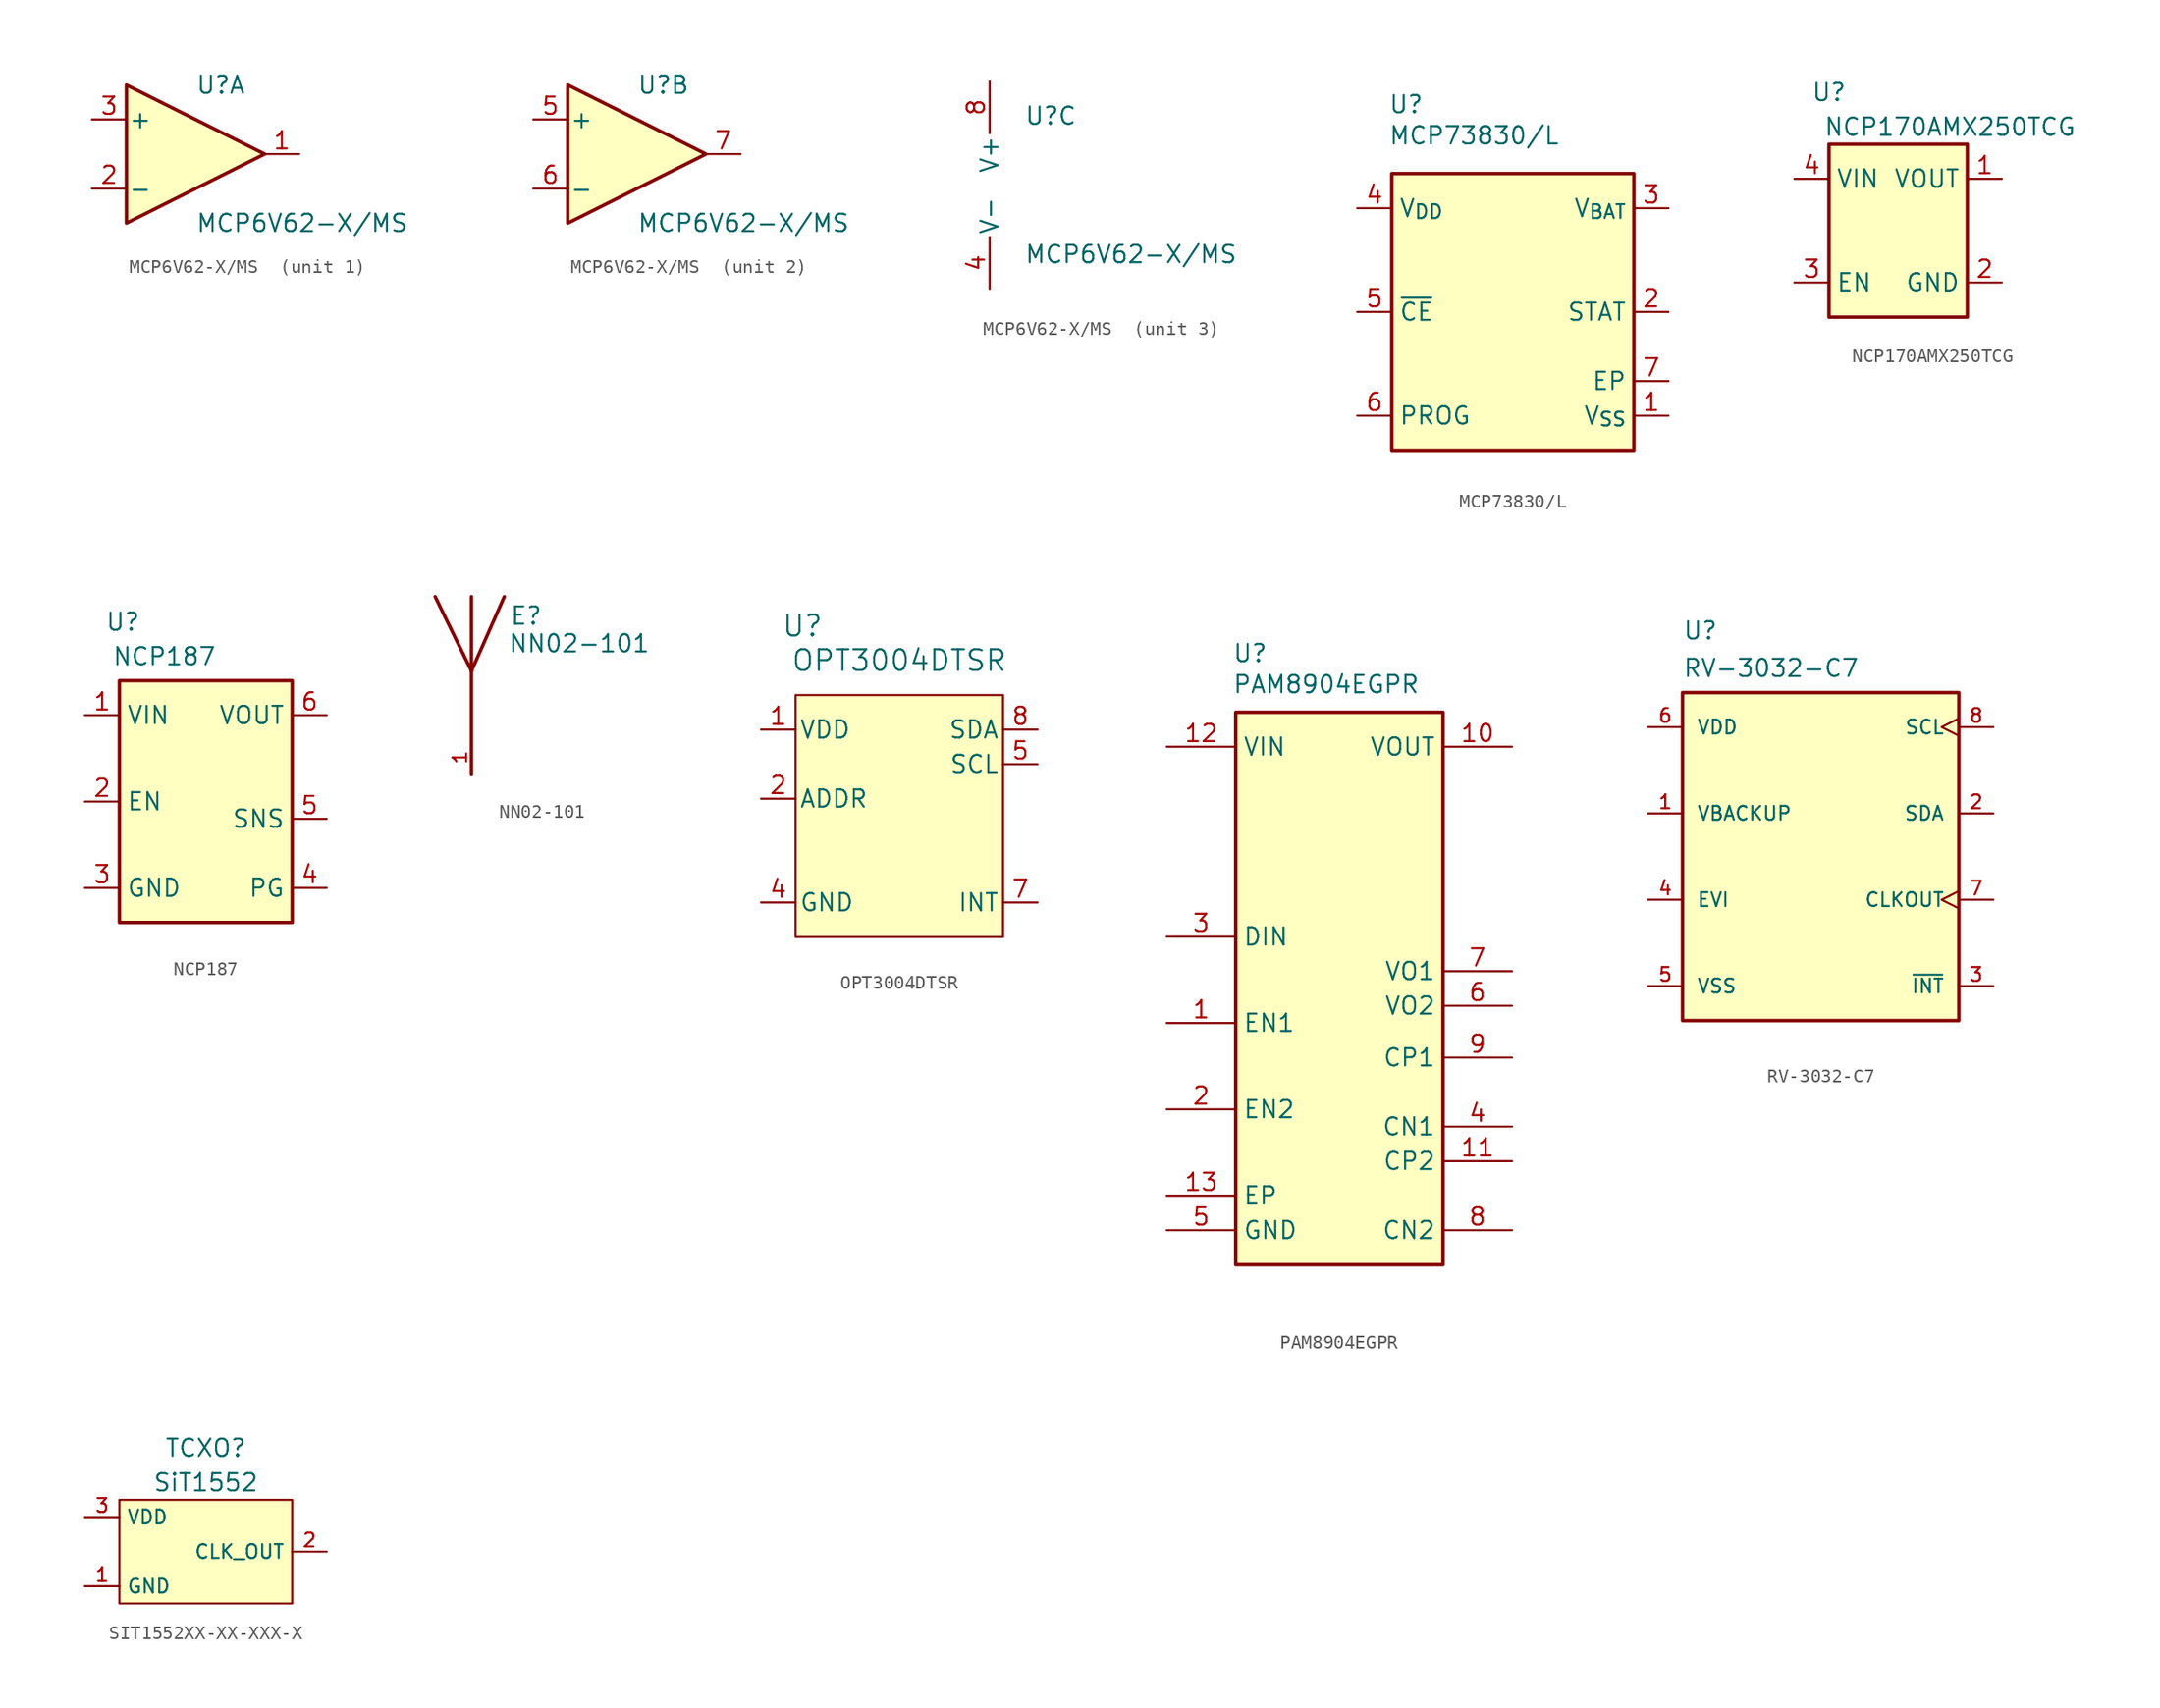
<source format=kicad_sym>
(kicad_symbol_lib
  (version 20241209)
  (generator "kicad_symbol_editor")
  (generator_version "9.0")
  (symbol "MCP6V62-X/MS "
    (pin_names
      (offset 0.127))
    (property "Reference" "U"
      (at 0 5.08 0)
      (effects (font (size 1.27 1.27)) (justify left)))
    (property "Value" "MCP6V62-X/MS"
      (at 0 -5.08 0)
      (effects (font (size 1.27 1.27)) (justify left)))
    (property "ki_locked" ""
      (at 0 0 0)
      (effects (font (size 1.27 1.27))))
    (symbol "MCP6V62-X/MS _1_1"
      (polyline (pts (xy -5.08 5.08) (xy 5.08 0) (xy -5.08 -5.08) (xy -5.08 5.08)) (stroke (width 0.254) (type default)) (fill (type background)))
      (pin input line (at -7.62 2.54 0) (length 2.54) (name "+" (effects (font (size 1.27 1.27)))) (number "3" (effects (font (size 1.27 1.27)))))
      (pin input line (at -7.62 -2.54 0) (length 2.54) (name "-" (effects (font (size 1.27 1.27)))) (number "2" (effects (font (size 1.27 1.27)))))
      (pin output line (at 7.62 0 180) (length 2.54) (name "~" (effects (font (size 1.27 1.27)))) (number "1" (effects (font (size 1.27 1.27))))))
    (symbol "MCP6V62-X/MS _2_1"
      (polyline (pts (xy -5.08 5.08) (xy 5.08 0) (xy -5.08 -5.08) (xy -5.08 5.08)) (stroke (width 0.254) (type default)) (fill (type background)))
      (pin input line (at -7.62 2.54 0) (length 2.54) (name "+" (effects (font (size 1.27 1.27)))) (number "5" (effects (font (size 1.27 1.27)))))
      (pin input line (at -7.62 -2.54 0) (length 2.54) (name "-" (effects (font (size 1.27 1.27)))) (number "6" (effects (font (size 1.27 1.27)))))
      (pin output line (at 7.62 0 180) (length 2.54) (name "~" (effects (font (size 1.27 1.27)))) (number "7" (effects (font (size 1.27 1.27))))))
    (symbol "MCP6V62-X/MS _3_1"
      (pin power_in line (at -2.54 7.62 270) (length 3.81) (name "V+" (effects (font (size 1.27 1.27)))) (number "8" (effects (font (size 1.27 1.27)))))
      (pin power_in line (at -2.54 -7.62 90) (length 3.81) (name "V-" (effects (font (size 1.27 1.27)))) (number "4" (effects (font (size 1.27 1.27)))))))
  (symbol "MCP73830/L"
    (property "Reference" "U"
      (at -9.144 15.24 0)
      (effects (font (size 1.27 1.27)) (justify left)))
    (property "Value" "MCP73830/L"
      (at -9.144 12.954 0)
      (effects (font (size 1.27 1.27)) (justify left)))
    (symbol "MCP73830/L_0_1"
      (rectangle (start -8.89 10.16) (end 8.89 -10.16) (stroke (width 0.254) (type default)) (fill (type background))))
    (symbol "MCP73830/L_1_1"
      (pin power_in line (at -11.43 7.62 0) (length 2.54) (name "V_{DD}" (effects (font (size 1.27 1.27)))) (number "4" (effects (font (size 1.27 1.27)))))
      (pin input line (at -11.43 0 0) (length 2.54) (name "~{CE}" (effects (font (size 1.27 1.27)))) (number "5" (effects (font (size 1.27 1.27)))))
      (pin input line (at -11.43 -7.62 0) (length 2.54) (name "PROG" (effects (font (size 1.27 1.27)))) (number "6" (effects (font (size 1.27 1.27)))))
      (pin power_out line (at 11.43 7.62 180) (length 2.54) (name "V_{BAT}" (effects (font (size 1.27 1.27)))) (number "3" (effects (font (size 1.27 1.27)))))
      (pin output line (at 11.43 0 180) (length 2.54) (name "STAT" (effects (font (size 1.27 1.27)))) (number "2" (effects (font (size 1.27 1.27)))))
      (pin power_in line (at 11.43 -5.08 180) (length 2.54) (name "EP" (effects (font (size 1.27 1.27)))) (number "7" (effects (font (size 1.27 1.27)))))
      (pin power_in line (at 11.43 -7.62 180) (length 2.54) (name "V_{SS}" (effects (font (size 1.27 1.27)))) (number "1" (effects (font (size 1.27 1.27)))))))
  (symbol "NCP170AMX250TCG"
    (property "Reference" "U"
      (at -5.08 8.89 0)
      (effects (font (size 1.27 1.27))))
    (property "Value" "NCP170AMX250TCG"
      (at 3.81 6.35 0)
      (effects (font (size 1.27 1.27))))
    (symbol "NCP170AMX250TCG_0_1"
      (rectangle (start -5.08 5.08) (end 5.08 -7.62) (stroke (width 0.254) (type default)) (fill (type background))))
    (symbol "NCP170AMX250TCG_1_1"
      (pin power_in line (at -7.62 2.54 0) (length 2.54) (name "VIN" (effects (font (size 1.27 1.27)))) (number "4" (effects (font (size 1.27 1.27)))))
      (pin input line (at -7.62 -5.08 0) (length 2.54) (name "EN" (effects (font (size 1.27 1.27)))) (number "3" (effects (font (size 1.27 1.27)))))
      (pin power_out line (at 7.62 2.54 180) (length 2.54) (name "VOUT" (effects (font (size 1.27 1.27)))) (number "1" (effects (font (size 1.27 1.27)))))
      (pin power_in line (at 7.62 -5.08 180) (length 2.54) (name "GND" (effects (font (size 1.27 1.27)))) (number "2" (effects (font (size 1.27 1.27)))))
      (pin passive line (at 7.62 -5.08 180) (length 2.54) (hide yes) (name "EXP" (effects (font (size 1.27 1.27)))) (number "5" (effects (font (size 1.27 1.27)))))))
  (symbol "NCP187"
    (property "Reference" "U"
      (at -6.096 13.208 0)
      (effects (font (size 1.27 1.27))))
    (property "Value" "NCP187"
      (at -3.048 10.668 0)
      (effects (font (size 1.27 1.27))))
    (symbol "NCP187_0_1"
      (rectangle (start -6.35 8.89) (end 6.35 -8.89) (stroke (width 0.254) (type default)) (fill (type background))))
    (symbol "NCP187_1_1"
      (pin power_in line (at -8.89 6.35 0) (length 2.54) (name "VIN" (effects (font (size 1.27 1.27)))) (number "1" (effects (font (size 1.27 1.27)))))
      (pin input line (at -8.89 0 0) (length 2.54) (name "EN" (effects (font (size 1.27 1.27)))) (number "2" (effects (font (size 1.27 1.27)))))
      (pin power_in line (at -8.89 -6.35 0) (length 2.54) (name "GND" (effects (font (size 1.27 1.27)))) (number "3" (effects (font (size 1.27 1.27)))))
      (pin power_in line (at -8.89 -6.35 0) (length 2.54) (hide yes) (name "EP" (effects (font (size 1.27 1.27)))) (number "7" (effects (font (size 1.27 1.27)))))
      (pin power_out line (at 8.89 6.35 180) (length 2.54) (name "VOUT" (effects (font (size 1.27 1.27)))) (number "6" (effects (font (size 1.27 1.27)))))
      (pin input line (at 8.89 -1.27 180) (length 2.54) (name "SNS" (effects (font (size 1.27 1.27)))) (number "5" (effects (font (size 1.27 1.27)))))
      (pin open_collector line (at 8.89 -6.35 180) (length 2.54) (name "PG" (effects (font (size 1.27 1.27)))) (number "4" (effects (font (size 1.27 1.27)))))))
  (symbol "NN02-101"
    (pin_names
      (offset 1.016))
    (property "Reference" "E"
      (at 2.8 5.85 0)
      (effects (font (size 1.27 1.27)) (justify left bottom)))
    (property "Value" "NN02-101"
      (at 2.673 3.813 0)
      (effects (font (size 1.27 1.27)) (justify left bottom)))
    (symbol "NN02-101_0_0"
      (polyline (pts (xy 0 8.001) (xy 0 2.54)) (stroke (width 0.254) (type default)) (fill (type none)))
      (polyline (pts (xy 0 2.54) (xy -2.667 8.001)) (stroke (width 0.254) (type default)) (fill (type none)))
      (polyline (pts (xy 0 2.54) (xy 0 -5.08)) (stroke (width 0.254) (type default)) (fill (type none)))
      (polyline (pts (xy 2.413 8.001) (xy 0 2.54)) (stroke (width 0.254) (type default)) (fill (type none)))
      (pin input line (at 0 -5.08 90) (length 2.54) (name "~" (effects (font (size 1.016 1.016)))) (number "1" (effects (font (size 1.016 1.016)))))))
  (symbol "OPT3004DTSR"
    (pin_names
      (offset 0.254))
    (property "Reference" "U"
      (at -7.112 13.97 0)
      (effects (font (size 1.524 1.524))))
    (property "Value" "OPT3004DTSR"
      (at 0 11.43 0)
      (effects (font (size 1.524 1.524))))
    (symbol "OPT3004DTSR_1_1"
      (rectangle (start -7.62 8.89) (end 7.62 -8.89) (stroke (width 0) (type default)) (fill (type background)))
      (pin power_in line (at -10.16 6.35 0) (length 2.54) (name "VDD" (effects (font (size 1.27 1.27)))) (number "1" (effects (font (size 1.27 1.27)))))
      (pin input line (at -10.16 1.27 0) (length 2.54) (name "ADDR" (effects (font (size 1.27 1.27)))) (number "2" (effects (font (size 1.27 1.27)))))
      (pin power_in line (at -10.16 -6.35 0) (length 2.54) (name "GND" (effects (font (size 1.27 1.27)))) (number "4" (effects (font (size 1.27 1.27)))))
      (pin no_connect line (at 7.62 0 180) (length 2.54) (hide yes) (name "NC" (effects (font (size 1.27 1.27)))) (number "6" (effects (font (size 1.27 1.27)))))
      (pin no_connect line (at 7.62 -2.54 180) (length 2.54) (hide yes) (name "NC" (effects (font (size 1.27 1.27)))) (number "3" (effects (font (size 1.27 1.27)))))
      (pin bidirectional line (at 10.16 6.35 180) (length 2.54) (name "SDA" (effects (font (size 1.27 1.27)))) (number "8" (effects (font (size 1.27 1.27)))))
      (pin input line (at 10.16 3.81 180) (length 2.54) (name "SCL" (effects (font (size 1.27 1.27)))) (number "5" (effects (font (size 1.27 1.27)))))
      (pin output line (at 10.16 -6.35 180) (length 2.54) (name "INT" (effects (font (size 1.27 1.27)))) (number "7" (effects (font (size 1.27 1.27)))))))
  (symbol "PAM8904EGPR"
    (property "Reference" "U"
      (at -7.874 25.4 0)
      (effects (font (size 1.27 1.27)) (justify left top)))
    (property "Value" "PAM8904EGPR"
      (at -7.874 23.114 0)
      (effects (font (size 1.27 1.27)) (justify left top)))
    (symbol "PAM8904EGPR_1_1"
      (rectangle (start -7.62 20.32) (end 7.62 -20.32) (stroke (width 0.254) (type default)) (fill (type background)))
      (pin passive line (at -12.7 17.78 0) (length 5.08) (name "VIN" (effects (font (size 1.27 1.27)))) (number "12" (effects (font (size 1.27 1.27)))))
      (pin passive line (at -12.7 3.81 0) (length 5.08) (name "DIN" (effects (font (size 1.27 1.27)))) (number "3" (effects (font (size 1.27 1.27)))))
      (pin passive line (at -12.7 -2.54 0) (length 5.08) (name "EN1" (effects (font (size 1.27 1.27)))) (number "1" (effects (font (size 1.27 1.27)))))
      (pin passive line (at -12.7 -8.89 0) (length 5.08) (name "EN2" (effects (font (size 1.27 1.27)))) (number "2" (effects (font (size 1.27 1.27)))))
      (pin passive line (at -12.7 -15.24 0) (length 5.08) (name "EP" (effects (font (size 1.27 1.27)))) (number "13" (effects (font (size 1.27 1.27)))))
      (pin passive line (at -12.7 -17.78 0) (length 5.08) (name "GND" (effects (font (size 1.27 1.27)))) (number "5" (effects (font (size 1.27 1.27)))))
      (pin passive line (at 12.7 17.78 180) (length 5.08) (name "VOUT" (effects (font (size 1.27 1.27)))) (number "10" (effects (font (size 1.27 1.27)))))
      (pin passive line (at 12.7 1.27 180) (length 5.08) (name "VO1" (effects (font (size 1.27 1.27)))) (number "7" (effects (font (size 1.27 1.27)))))
      (pin passive line (at 12.7 -1.27 180) (length 5.08) (name "VO2" (effects (font (size 1.27 1.27)))) (number "6" (effects (font (size 1.27 1.27)))))
      (pin passive line (at 12.7 -5.08 180) (length 5.08) (name "CP1" (effects (font (size 1.27 1.27)))) (number "9" (effects (font (size 1.27 1.27)))))
      (pin passive line (at 12.7 -10.16 180) (length 5.08) (name "CN1" (effects (font (size 1.27 1.27)))) (number "4" (effects (font (size 1.27 1.27)))))
      (pin passive line (at 12.7 -12.7 180) (length 5.08) (name "CP2" (effects (font (size 1.27 1.27)))) (number "11" (effects (font (size 1.27 1.27)))))
      (pin passive line (at 12.7 -17.78 180) (length 5.08) (name "CN2" (effects (font (size 1.27 1.27)))) (number "8" (effects (font (size 1.27 1.27)))))))
  (symbol "RV-3032-C7"
    (pin_names
      (offset 1.016))
    (property "Reference" "U"
      (at -10.16 13.97 0)
      (effects (font (size 1.27 1.27)) (justify left bottom)))
    (property "Value" "RV-3032-C7"
      (at -10.16 12.7 0)
      (effects (font (size 1.27 1.27)) (justify left top)))
    (symbol "RV-3032-C7_0_0"
      (rectangle (start -10.16 10.16) (end 10.16 -13.97) (stroke (width 0.254) (type default)) (fill (type background))))
    (symbol "RV-3032-C7_1_0"
      (pin power_in line (at -12.7 7.62 0) (length 2.54) (name "VDD" (effects (font (size 1.016 1.016)))) (number "6" (effects (font (size 1.016 1.016)))))
      (pin power_in line (at -12.7 1.27 0) (length 2.54) (name "VBACKUP" (effects (font (size 1.016 1.016)))) (number "1" (effects (font (size 1.016 1.016)))))
      (pin input line (at -12.7 -5.08 0) (length 2.54) (name "EVI" (effects (font (size 1.016 1.016)))) (number "4" (effects (font (size 1.016 1.016)))))
      (pin power_in line (at -12.7 -11.43 0) (length 2.54) (name "VSS" (effects (font (size 1.016 1.016)))) (number "5" (effects (font (size 1.016 1.016)))))
      (pin input clock (at 12.7 7.62 180) (length 2.54) (name "SCL" (effects (font (size 1.016 1.016)))) (number "8" (effects (font (size 1.016 1.016)))))
      (pin bidirectional line (at 12.7 1.27 180) (length 2.54) (name "SDA" (effects (font (size 1.016 1.016)))) (number "2" (effects (font (size 1.016 1.016)))))
      (pin output clock (at 12.7 -5.08 180) (length 2.54) (name "CLKOUT" (effects (font (size 1.016 1.016)))) (number "7" (effects (font (size 1.016 1.016)))))
      (pin output line (at 12.7 -11.43 180) (length 2.54) (name "~{INT}" (effects (font (size 1.016 1.016)))) (number "3" (effects (font (size 1.016 1.016)))))))
  (symbol "SIT1552XX-XX-XXX-X"
    (property "Reference" "TCXO"
      (at 0 7.62 0)
      (effects (font (size 1.27 1.27))))
    (property "Value" "SiT1552"
      (at 0 5.08 0)
      (effects (font (size 1.27 1.27))))
    (symbol "SIT1552XX-XX-XXX-X_1_0"
      (pin power_in line (at -8.89 2.54 0) (length 2.54) (name "VDD" (effects (font (size 1.016 1.016)))) (number "3" (effects (font (size 1.016 1.016)))))
      (pin power_in line (at -8.89 -2.54 0) (length 2.54) (name "GND" (effects (font (size 1.016 1.016)))) (number "1" (effects (font (size 1.016 1.016)))))
      (pin power_in line (at -8.89 -2.54 0) (length 2.54) (hide yes) (name "GND" (effects (font (size 1.016 1.016)))) (number "4" (effects (font (size 1.016 1.016)))))
      (pin bidirectional line (at 8.89 0 180) (length 2.54) (name "CLK_OUT" (effects (font (size 1.016 1.016)))) (number "2" (effects (font (size 1.016 1.016))))))
    (symbol "SIT1552XX-XX-XXX-X_1_1"
      (rectangle (start -6.35 3.81) (end 6.35 -3.81) (stroke (width 0) (type default)) (fill (type background))))))
</source>
